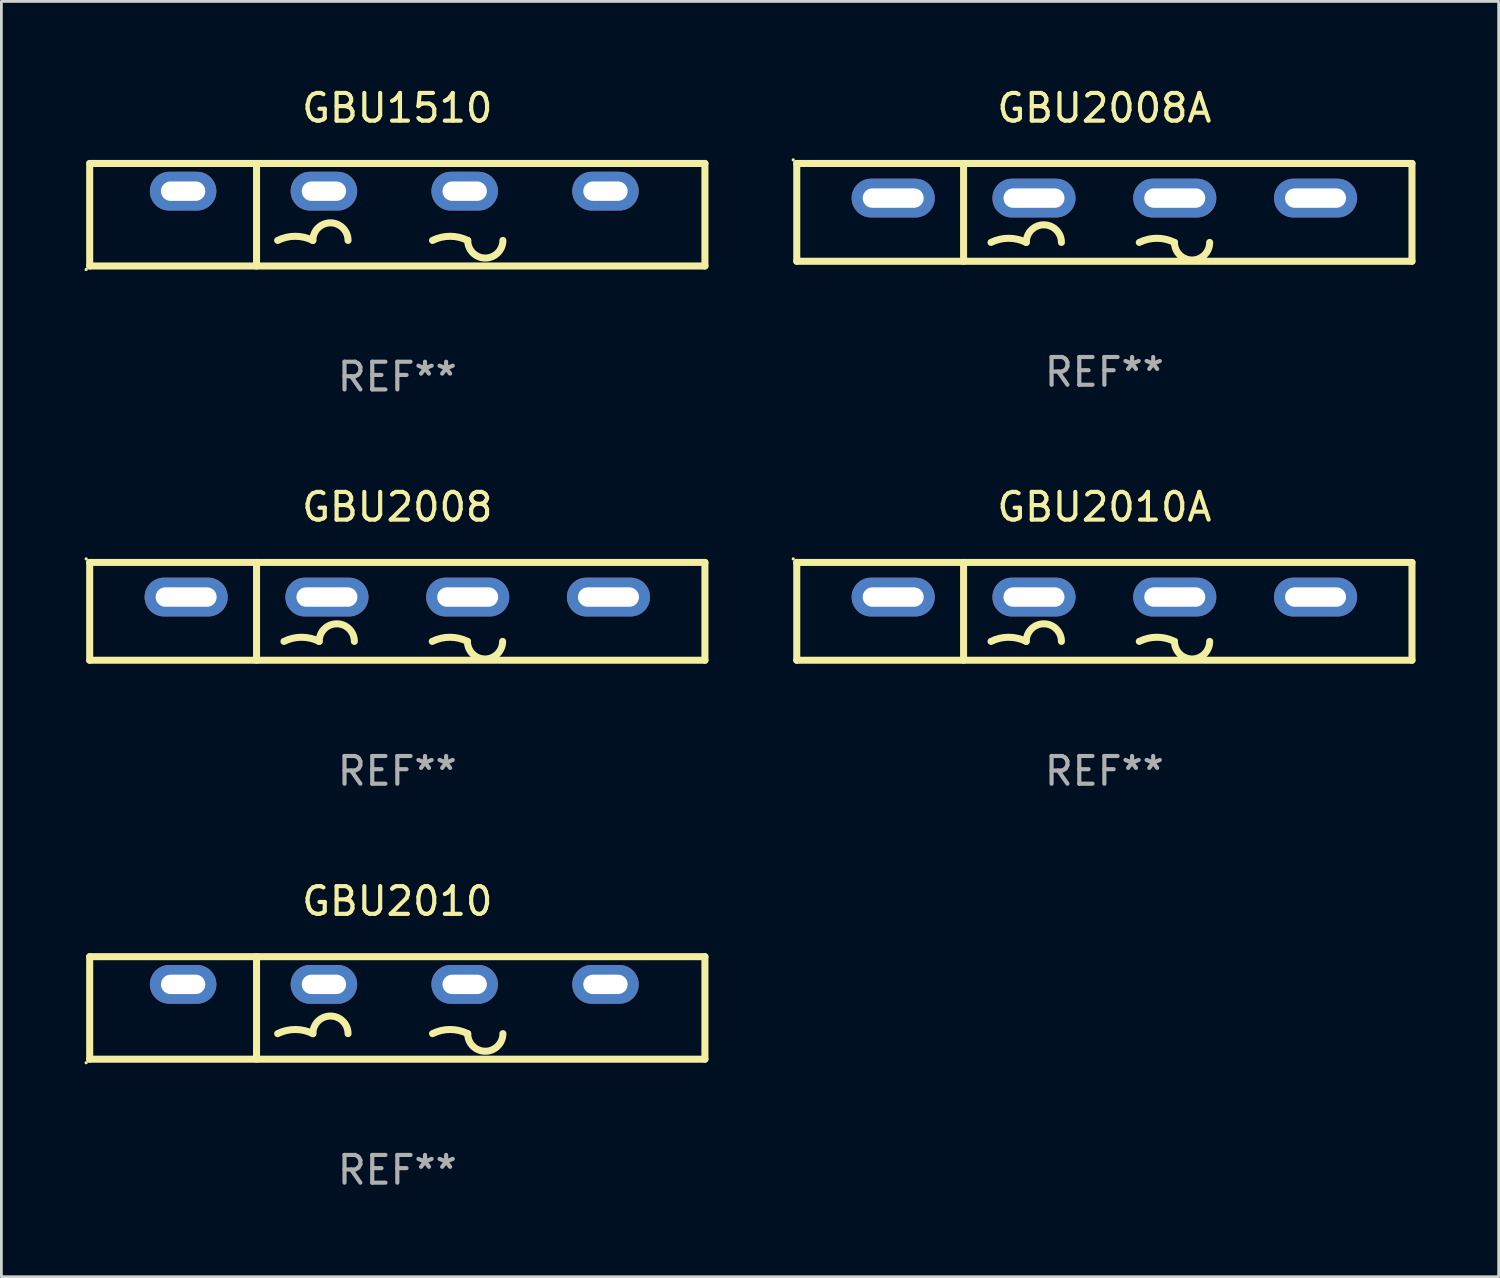
<source format=kicad_pcb>
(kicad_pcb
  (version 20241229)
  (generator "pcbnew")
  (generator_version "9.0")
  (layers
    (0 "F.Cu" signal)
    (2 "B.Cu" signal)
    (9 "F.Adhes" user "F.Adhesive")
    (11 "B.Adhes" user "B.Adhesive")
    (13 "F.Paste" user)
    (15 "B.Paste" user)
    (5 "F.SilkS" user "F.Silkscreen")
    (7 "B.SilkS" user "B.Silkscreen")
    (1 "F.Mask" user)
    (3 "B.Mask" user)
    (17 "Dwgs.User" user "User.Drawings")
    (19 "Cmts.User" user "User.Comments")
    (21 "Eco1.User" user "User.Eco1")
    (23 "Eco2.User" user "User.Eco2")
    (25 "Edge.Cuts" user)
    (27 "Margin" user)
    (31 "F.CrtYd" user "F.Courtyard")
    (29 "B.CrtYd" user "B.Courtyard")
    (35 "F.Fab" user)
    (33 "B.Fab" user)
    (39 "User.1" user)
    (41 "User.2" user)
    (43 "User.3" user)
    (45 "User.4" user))
  (footprint "GBU2010A"
    (layer "F.Cu")
    (at 36.801 19.01)
    (property "Reference" "GBU2010A" (at 0 -3.765 0) (layer "F.SilkS") (effects (font (size 1 1) (thickness 0.15))))
    (attr through_hole)
    (fp_line (start -11.1 -1.765) (end 11.1 -1.765) (stroke (width 0.254) (type solid)) (layer "F.SilkS"))
    (fp_line (start -11.1 1.765) (end -11.1 -1.765) (stroke (width 0.254) (type solid)) (layer "F.SilkS"))
    (fp_line (start -5.08 -1.765) (end -5.08 1.765) (stroke (width 0.254) (type solid)) (layer "F.SilkS"))
    (fp_line (start 11.1 -1.765) (end 11.1 1.765) (stroke (width 0.254) (type solid)) (layer "F.SilkS"))
    (fp_line (start 11.1 1.765) (end -11.1 1.765) (stroke (width 0.254) (type solid)) (layer "F.SilkS"))
    (fp_arc (start -4.089992 1.084963) (mid -3.454991 0.93506) (end -2.819989 1.084963) (stroke (width 0.254001) (type solid)) (layer "F.SilkS"))
    (fp_arc (start -2.819991 1.084963) (mid -2.184989 0.449961) (end -1.549987 1.084963) (stroke (width 0.254001) (type solid)) (layer "F.SilkS"))
    (fp_arc (start 1.259995 1.084963) (mid 1.894996 0.93506) (end 2.529998 1.084963) (stroke (width 0.254001) (type solid)) (layer "F.SilkS"))
    (fp_arc (start 3.8 1.084963) (mid 3.164999 1.719964) (end 2.529998 1.084963) (stroke (width 0.254001) (type solid)) (layer "F.SilkS"))
    (fp_circle (center -11.227 -1.892) (end -11.197 -1.892) (stroke (width 0.06) (type solid)) (fill no) (layer "F.SilkS"))
    (fp_text user "-" (at 8.65 3.335 0) (layer "B.Mask") (effects (font (size 1 1) (thickness 0.15))))
    (fp_text user "+" (at -7 3.085 0) (layer "B.Mask") (effects (font (size 1 1) (thickness 0.15))))
    (fp_text user "REF**" (at 0 5.765 0) (layer "F.Fab") (effects (font (size 1 1) (thickness 0.15))))
    (pad "1" thru_hole oval (at -7.62 -0.515 180) (size 3 1.4) (drill oval 2.2 0.7) (layers "*.Cu" "*.Mask"))
    (pad "2" thru_hole oval (at -2.54 -0.515 180) (size 3 1.4) (drill oval 2.2 0.7) (layers "*.Cu" "*.Mask"))
    (pad "3" thru_hole oval (at 2.54 -0.515 180) (size 3 1.4) (drill oval 2.2 0.7) (layers "*.Cu" "*.Mask"))
    (pad "4" thru_hole oval (at 7.62 -0.515 180) (size 3 1.4) (drill oval 2.2 0.7) (layers "*.Cu" "*.Mask")))
  (footprint "GBU2010"
    (layer "F.Cu")
    (at 11.287 33.321)
    (property "Reference" "GBU2010" (at 0 -3.85 0) (layer "F.SilkS") (effects (font (size 1 1) (thickness 0.15))))
    (attr through_hole)
    (fp_line (start -11.1 -1.85) (end 11.1 -1.85) (stroke (width 0.254) (type solid)) (layer "F.SilkS"))
    (fp_line (start -11.1 1.85) (end -11.1 -1.85) (stroke (width 0.254) (type solid)) (layer "F.SilkS"))
    (fp_line (start -5.08 -1.85) (end -5.08 1.85) (stroke (width 0.254) (type solid)) (layer "F.SilkS"))
    (fp_line (start 11.1 -1.85) (end 11.1 1.85) (stroke (width 0.254) (type solid)) (layer "F.SilkS"))
    (fp_line (start 11.1 1.85) (end -11.1 1.85) (stroke (width 0.254) (type solid)) (layer "F.SilkS"))
    (fp_arc (start -4.318009 0.927991) (mid -3.683008 0.778087) (end -3.048007 0.92799) (stroke (width 0.254001) (type solid)) (layer "F.SilkS"))
    (fp_arc (start -3.048006 0.927991) (mid -2.413005 0.29299) (end -1.778004 0.927991) (stroke (width 0.254001) (type solid)) (layer "F.SilkS"))
    (fp_arc (start 1.270003 0.927991) (mid 1.905004 0.778088) (end 2.540005 0.927991) (stroke (width 0.254001) (type solid)) (layer "F.SilkS"))
    (fp_arc (start 3.810008 0.927991) (mid 3.175006 1.562993) (end 2.540004 0.927991) (stroke (width 0.254001) (type solid)) (layer "F.SilkS"))
    (fp_circle (center -11.227 1.977) (end -11.197 1.977) (stroke (width 0.06) (type solid)) (fill no) (layer "F.SilkS"))
    (fp_text user "+" (at -8.549 0.85 0) (layer "B.Mask") (effects (font (size 1 1) (thickness 0.15))))
    (fp_text user "-" (at 6.751 0.85 0) (layer "B.Mask") (effects (font (size 1 1) (thickness 0.15))))
    (fp_text user "REF**" (at 0 5.85 0) (layer "F.Fab") (effects (font (size 1 1) (thickness 0.15))))
    (pad "1" thru_hole oval (at -7.729 -0.85 180) (size 2.4 1.4) (drill oval 1.6 0.7) (layers "*.Cu" "*.Mask"))
    (pad "2" thru_hole oval (at -2.649 -0.85 180) (size 2.4 1.4) (drill oval 1.6 0.7) (layers "*.Cu" "*.Mask"))
    (pad "3" thru_hole oval (at 2.431 -0.85 180) (size 2.4 1.4) (drill oval 1.6 0.7) (layers "*.Cu" "*.Mask"))
    (pad "4" thru_hole oval (at 7.511 -0.85 180) (size 2.4 1.4) (drill oval 1.6 0.7) (layers "*.Cu" "*.Mask")))
  (footprint "GBU1510"
    (layer "F.Cu")
    (at 11.287 4.698)
    (property "Reference" "GBU1510" (at 0 -3.85 0) (layer "F.SilkS") (effects (font (size 1 1) (thickness 0.15))))
    (attr through_hole)
    (fp_line (start -11.1 -1.85) (end 11.1 -1.85) (stroke (width 0.254) (type solid)) (layer "F.SilkS"))
    (fp_line (start -11.1 1.85) (end -11.1 -1.85) (stroke (width 0.254) (type solid)) (layer "F.SilkS"))
    (fp_line (start -5.08 -1.85) (end -5.08 1.85) (stroke (width 0.254) (type solid)) (layer "F.SilkS"))
    (fp_line (start 11.1 -1.85) (end 11.1 1.85) (stroke (width 0.254) (type solid)) (layer "F.SilkS"))
    (fp_line (start 11.1 1.85) (end -11.1 1.85) (stroke (width 0.254) (type solid)) (layer "F.SilkS"))
    (fp_arc (start -4.318009 0.927991) (mid -3.683008 0.778087) (end -3.048007 0.92799) (stroke (width 0.254001) (type solid)) (layer "F.SilkS"))
    (fp_arc (start -3.048006 0.927991) (mid -2.413005 0.29299) (end -1.778004 0.927991) (stroke (width 0.254001) (type solid)) (layer "F.SilkS"))
    (fp_arc (start 1.270003 0.927991) (mid 1.905004 0.778088) (end 2.540005 0.927991) (stroke (width 0.254001) (type solid)) (layer "F.SilkS"))
    (fp_arc (start 3.810008 0.927991) (mid 3.175006 1.562993) (end 2.540004 0.927991) (stroke (width 0.254001) (type solid)) (layer "F.SilkS"))
    (fp_circle (center -11.227 1.977) (end -11.197 1.977) (stroke (width 0.06) (type solid)) (fill no) (layer "F.SilkS"))
    (fp_text user "-" (at 6.751 0.85 0) (layer "B.Mask") (effects (font (size 1 1) (thickness 0.15))))
    (fp_text user "+" (at -8.549 0.85 0) (layer "B.Mask") (effects (font (size 1 1) (thickness 0.15))))
    (fp_text user "REF**" (at 0 5.85 0) (layer "F.Fab") (effects (font (size 1 1) (thickness 0.15))))
    (pad "1" thru_hole oval (at -7.729 -0.85 180) (size 2.4 1.4) (drill oval 1.6 0.7) (layers "*.Cu" "*.Mask"))
    (pad "2" thru_hole oval (at -2.649 -0.85 180) (size 2.4 1.4) (drill oval 1.6 0.7) (layers "*.Cu" "*.Mask"))
    (pad "3" thru_hole oval (at 2.431 -0.85 180) (size 2.4 1.4) (drill oval 1.6 0.7) (layers "*.Cu" "*.Mask"))
    (pad "4" thru_hole oval (at 7.511 -0.85 180) (size 2.4 1.4) (drill oval 1.6 0.7) (layers "*.Cu" "*.Mask")))
  (footprint "GBU2008"
    (layer "F.Cu")
    (at 11.287 19.01)
    (property "Reference" "GBU2008" (at 0 -3.765 0) (layer "F.SilkS") (effects (font (size 1 1) (thickness 0.15))))
    (attr through_hole)
    (fp_line (start -11.1 -1.765) (end 11.1 -1.765) (stroke (width 0.254) (type solid)) (layer "F.SilkS"))
    (fp_line (start -11.1 1.765) (end -11.1 -1.765) (stroke (width 0.254) (type solid)) (layer "F.SilkS"))
    (fp_line (start -5.08 -1.765) (end -5.08 1.765) (stroke (width 0.254) (type solid)) (layer "F.SilkS"))
    (fp_line (start 11.1 -1.765) (end 11.1 1.765) (stroke (width 0.254) (type solid)) (layer "F.SilkS"))
    (fp_line (start 11.1 1.765) (end -11.1 1.765) (stroke (width 0.254) (type solid)) (layer "F.SilkS"))
    (fp_arc (start -4.089992 1.084963) (mid -3.454991 0.93506) (end -2.819989 1.084963) (stroke (width 0.254001) (type solid)) (layer "F.SilkS"))
    (fp_arc (start -2.819991 1.084963) (mid -2.184989 0.449961) (end -1.549987 1.084963) (stroke (width 0.254001) (type solid)) (layer "F.SilkS"))
    (fp_arc (start 1.259995 1.084963) (mid 1.894996 0.93506) (end 2.529998 1.084963) (stroke (width 0.254001) (type solid)) (layer "F.SilkS"))
    (fp_arc (start 3.8 1.084963) (mid 3.164999 1.719964) (end 2.529998 1.084963) (stroke (width 0.254001) (type solid)) (layer "F.SilkS"))
    (fp_circle (center -11.227 -1.892) (end -11.197 -1.892) (stroke (width 0.06) (type solid)) (fill no) (layer "F.SilkS"))
    (fp_text user "-" (at 8.65 3.335 0) (layer "B.Mask") (effects (font (size 1 1) (thickness 0.15))))
    (fp_text user "+" (at -7 3.085 0) (layer "B.Mask") (effects (font (size 1 1) (thickness 0.15))))
    (fp_text user "REF**" (at 0 5.765 0) (layer "F.Fab") (effects (font (size 1 1) (thickness 0.15))))
    (pad "1" thru_hole oval (at -7.62 -0.515 180) (size 3 1.4) (drill oval 2.2 0.7) (layers "*.Cu" "*.Mask"))
    (pad "2" thru_hole oval (at -2.54 -0.515 180) (size 3 1.4) (drill oval 2.2 0.7) (layers "*.Cu" "*.Mask"))
    (pad "3" thru_hole oval (at 2.54 -0.515 180) (size 3 1.4) (drill oval 2.2 0.7) (layers "*.Cu" "*.Mask"))
    (pad "4" thru_hole oval (at 7.62 -0.515 180) (size 3 1.4) (drill oval 2.2 0.7) (layers "*.Cu" "*.Mask")))
  (footprint "GBU2008A"
    (layer "F.Cu")
    (at 36.801 4.613)
    (property "Reference" "GBU2008A" (at 0 -3.765 0) (layer "F.SilkS") (effects (font (size 1 1) (thickness 0.15))))
    (attr through_hole)
    (fp_line (start -11.1 -1.765) (end 11.1 -1.765) (stroke (width 0.254) (type solid)) (layer "F.SilkS"))
    (fp_line (start -11.1 1.765) (end -11.1 -1.765) (stroke (width 0.254) (type solid)) (layer "F.SilkS"))
    (fp_line (start -5.08 -1.765) (end -5.08 1.765) (stroke (width 0.254) (type solid)) (layer "F.SilkS"))
    (fp_line (start 11.1 -1.765) (end 11.1 1.765) (stroke (width 0.254) (type solid)) (layer "F.SilkS"))
    (fp_line (start 11.1 1.765) (end -11.1 1.765) (stroke (width 0.254) (type solid)) (layer "F.SilkS"))
    (fp_arc (start -4.089992 1.084963) (mid -3.454991 0.93506) (end -2.819989 1.084963) (stroke (width 0.254001) (type solid)) (layer "F.SilkS"))
    (fp_arc (start -2.819991 1.084963) (mid -2.184989 0.449961) (end -1.549987 1.084963) (stroke (width 0.254001) (type solid)) (layer "F.SilkS"))
    (fp_arc (start 1.259995 1.084963) (mid 1.894996 0.93506) (end 2.529998 1.084963) (stroke (width 0.254001) (type solid)) (layer "F.SilkS"))
    (fp_arc (start 3.8 1.084963) (mid 3.164999 1.719964) (end 2.529998 1.084963) (stroke (width 0.254001) (type solid)) (layer "F.SilkS"))
    (fp_circle (center -11.227 -1.892) (end -11.197 -1.892) (stroke (width 0.06) (type solid)) (fill no) (layer "F.SilkS"))
    (fp_text user "-" (at 8.65 3.335 0) (layer "B.Mask") (effects (font (size 1 1) (thickness 0.15))))
    (fp_text user "+" (at -7 3.085 0) (layer "B.Mask") (effects (font (size 1 1) (thickness 0.15))))
    (fp_text user "REF**" (at 0 5.765 0) (layer "F.Fab") (effects (font (size 1 1) (thickness 0.15))))
    (pad "1" thru_hole oval (at -7.62 -0.515 180) (size 3 1.4) (drill oval 2.2 0.7) (layers "*.Cu" "*.Mask"))
    (pad "2" thru_hole oval (at -2.54 -0.515 180) (size 3 1.4) (drill oval 2.2 0.7) (layers "*.Cu" "*.Mask"))
    (pad "3" thru_hole oval (at 2.54 -0.515 180) (size 3 1.4) (drill oval 2.2 0.7) (layers "*.Cu" "*.Mask"))
    (pad "4" thru_hole oval (at 7.62 -0.515 180) (size 3 1.4) (drill oval 2.2 0.7) (layers "*.Cu" "*.Mask")))
  (gr_rect
    (start -3 -3)
    (end 51.028 43.02)
    (stroke (width 0.1) (type default))
    (fill no)
    (layer "Edge.Cuts")))
</source>
